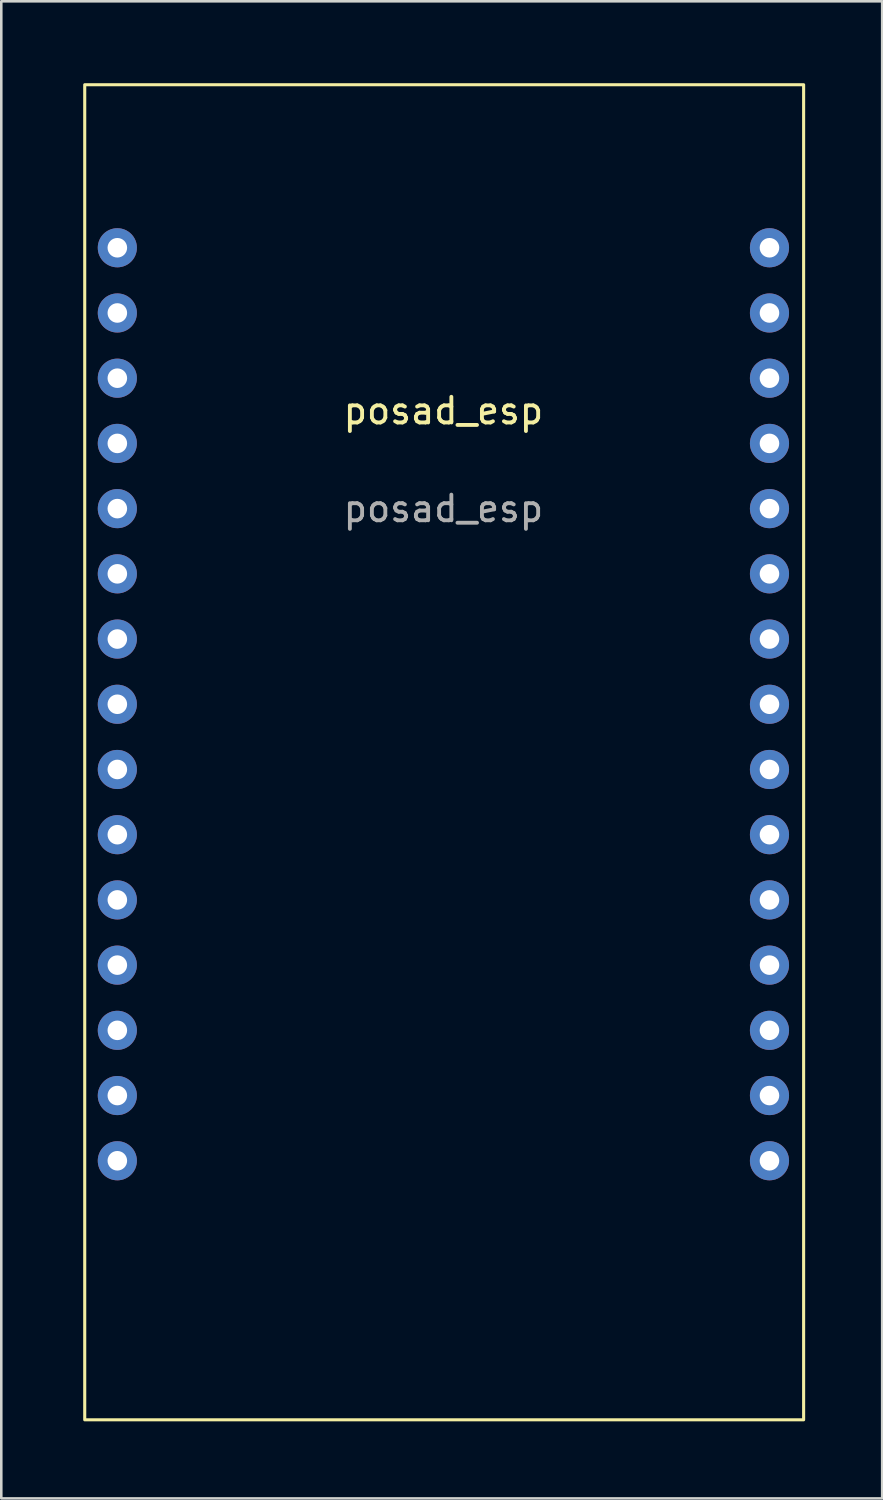
<source format=kicad_pcb>
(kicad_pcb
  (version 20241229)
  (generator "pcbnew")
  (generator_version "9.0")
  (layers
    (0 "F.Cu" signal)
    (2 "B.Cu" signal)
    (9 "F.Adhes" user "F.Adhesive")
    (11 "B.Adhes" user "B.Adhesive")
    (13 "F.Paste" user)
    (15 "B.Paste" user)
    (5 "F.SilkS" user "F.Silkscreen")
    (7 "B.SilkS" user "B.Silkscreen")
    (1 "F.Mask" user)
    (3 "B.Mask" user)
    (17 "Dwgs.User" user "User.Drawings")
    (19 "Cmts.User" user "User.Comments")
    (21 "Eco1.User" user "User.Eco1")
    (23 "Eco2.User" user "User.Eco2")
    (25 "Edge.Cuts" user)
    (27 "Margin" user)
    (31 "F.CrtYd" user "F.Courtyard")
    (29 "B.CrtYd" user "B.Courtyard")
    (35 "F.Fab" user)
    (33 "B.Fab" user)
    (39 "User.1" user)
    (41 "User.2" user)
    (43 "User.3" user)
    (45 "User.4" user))
  (footprint "posad_esp"
    (layer "F.Cu")
    (at 0.25 0.25)
    (property "Reference" "posad_esp" (at 13.97 12.7 0) (unlocked yes) (layer "F.SilkS") (effects (font (size 1 1) (thickness 0.15))))
    (attr through_hole)
    (fp_rect (start 0 0) (end 28 52) (stroke (width 0.12) (type solid)) (fill no) (layer "F.SilkS"))
    (fp_text user "${REFERENCE}" (at 13.97 16.51 0) (unlocked yes) (layer "F.Fab") (effects (font (size 1 1) (thickness 0.15))))
    (pad "1" thru_hole circle (at 1.27 6.35) (size 1.524 1.524) (drill 0.762) (layers "*.Cu" "*.Mask"))
    (pad "2" thru_hole circle (at 1.27 8.89) (size 1.524 1.524) (drill 0.762) (layers "*.Cu" "*.Mask"))
    (pad "3" thru_hole circle (at 1.27 11.43) (size 1.524 1.524) (drill 0.762) (layers "*.Cu" "*.Mask"))
    (pad "4" thru_hole circle (at 1.27 13.97) (size 1.524 1.524) (drill 0.762) (layers "*.Cu" "*.Mask"))
    (pad "5" thru_hole circle (at 1.27 16.51) (size 1.524 1.524) (drill 0.762) (layers "*.Cu" "*.Mask"))
    (pad "6" thru_hole circle (at 1.27 19.05) (size 1.524 1.524) (drill 0.762) (layers "*.Cu" "*.Mask"))
    (pad "7" thru_hole circle (at 1.27 21.59) (size 1.524 1.524) (drill 0.762) (layers "*.Cu" "*.Mask"))
    (pad "8" thru_hole circle (at 1.27 24.13) (size 1.524 1.524) (drill 0.762) (layers "*.Cu" "*.Mask"))
    (pad "9" thru_hole circle (at 1.27 26.67) (size 1.524 1.524) (drill 0.762) (layers "*.Cu" "*.Mask"))
    (pad "10" thru_hole circle (at 1.27 29.21) (size 1.524 1.524) (drill 0.762) (layers "*.Cu" "*.Mask"))
    (pad "11" thru_hole circle (at 1.27 31.75) (size 1.524 1.524) (drill 0.762) (layers "*.Cu" "*.Mask"))
    (pad "12" thru_hole circle (at 1.27 34.29) (size 1.524 1.524) (drill 0.762) (layers "*.Cu" "*.Mask"))
    (pad "13" thru_hole circle (at 1.27 36.83) (size 1.524 1.524) (drill 0.762) (layers "*.Cu" "*.Mask"))
    (pad "14" thru_hole circle (at 1.27 39.37) (size 1.524 1.524) (drill 0.762) (layers "*.Cu" "*.Mask"))
    (pad "15" thru_hole circle (at 1.27 41.91) (size 1.524 1.524) (drill 0.762) (layers "*.Cu" "*.Mask"))
    (pad "16" thru_hole circle (at 26.67 6.35) (size 1.524 1.524) (drill 0.762) (layers "*.Cu" "*.Mask"))
    (pad "17" thru_hole circle (at 26.67 8.89) (size 1.524 1.524) (drill 0.762) (layers "*.Cu" "*.Mask"))
    (pad "18" thru_hole circle (at 26.67 11.43) (size 1.524 1.524) (drill 0.762) (layers "*.Cu" "*.Mask"))
    (pad "19" thru_hole circle (at 26.67 13.97) (size 1.524 1.524) (drill 0.762) (layers "*.Cu" "*.Mask"))
    (pad "20" thru_hole circle (at 26.67 16.51) (size 1.524 1.524) (drill 0.762) (layers "*.Cu" "*.Mask"))
    (pad "21" thru_hole circle (at 26.67 19.05) (size 1.524 1.524) (drill 0.762) (layers "*.Cu" "*.Mask"))
    (pad "22" thru_hole circle (at 26.67 21.59) (size 1.524 1.524) (drill 0.762) (layers "*.Cu" "*.Mask"))
    (pad "23" thru_hole circle (at 26.67 24.13) (size 1.524 1.524) (drill 0.762) (layers "*.Cu" "*.Mask"))
    (pad "24" thru_hole circle (at 26.67 26.67) (size 1.524 1.524) (drill 0.762) (layers "*.Cu" "*.Mask"))
    (pad "25" thru_hole circle (at 26.67 29.21) (size 1.524 1.524) (drill 0.762) (layers "*.Cu" "*.Mask"))
    (pad "26" thru_hole circle (at 26.67 31.75) (size 1.524 1.524) (drill 0.762) (layers "*.Cu" "*.Mask"))
    (pad "27" thru_hole circle (at 26.67 34.29) (size 1.524 1.524) (drill 0.762) (layers "*.Cu" "*.Mask"))
    (pad "28" thru_hole circle (at 26.67 36.83) (size 1.524 1.524) (drill 0.762) (layers "*.Cu" "*.Mask"))
    (pad "29" thru_hole circle (at 26.67 39.37) (size 1.524 1.524) (drill 0.762) (layers "*.Cu" "*.Mask"))
    (pad "30" thru_hole circle (at 26.67 41.91) (size 1.524 1.524) (drill 0.762) (layers "*.Cu" "*.Mask")))
  (gr_rect
    (start -3 -3)
    (end 31.31 55.31)
    (stroke (width 0.1) (type default))
    (fill no)
    (layer "Edge.Cuts")))
</source>
